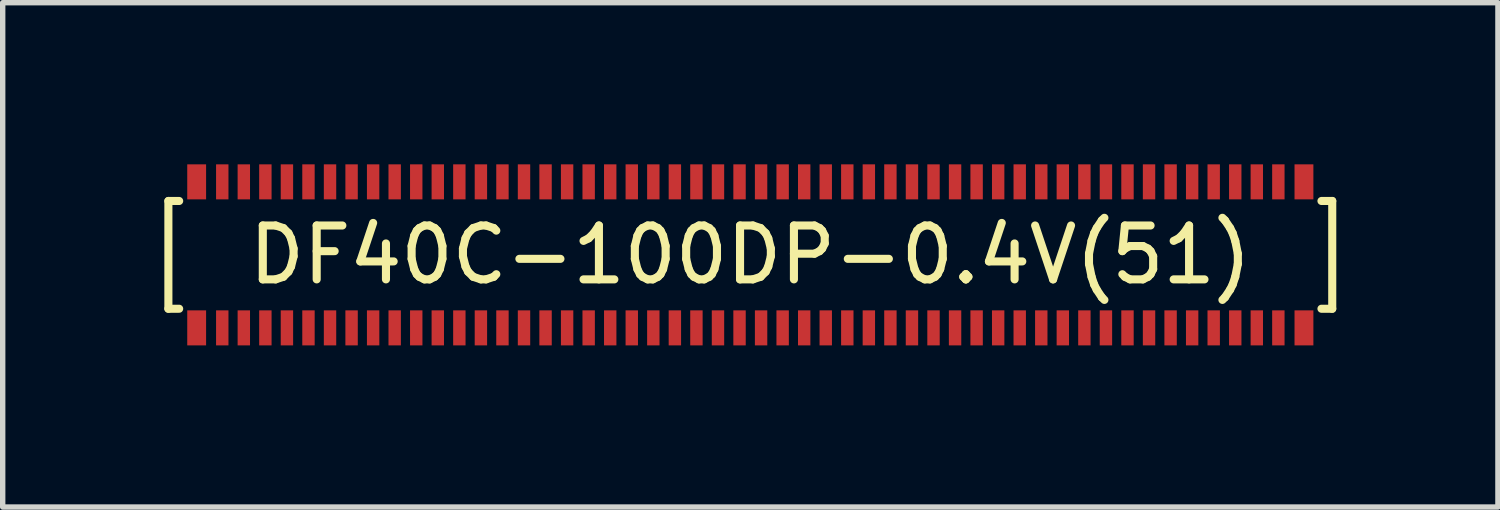
<source format=kicad_pcb>
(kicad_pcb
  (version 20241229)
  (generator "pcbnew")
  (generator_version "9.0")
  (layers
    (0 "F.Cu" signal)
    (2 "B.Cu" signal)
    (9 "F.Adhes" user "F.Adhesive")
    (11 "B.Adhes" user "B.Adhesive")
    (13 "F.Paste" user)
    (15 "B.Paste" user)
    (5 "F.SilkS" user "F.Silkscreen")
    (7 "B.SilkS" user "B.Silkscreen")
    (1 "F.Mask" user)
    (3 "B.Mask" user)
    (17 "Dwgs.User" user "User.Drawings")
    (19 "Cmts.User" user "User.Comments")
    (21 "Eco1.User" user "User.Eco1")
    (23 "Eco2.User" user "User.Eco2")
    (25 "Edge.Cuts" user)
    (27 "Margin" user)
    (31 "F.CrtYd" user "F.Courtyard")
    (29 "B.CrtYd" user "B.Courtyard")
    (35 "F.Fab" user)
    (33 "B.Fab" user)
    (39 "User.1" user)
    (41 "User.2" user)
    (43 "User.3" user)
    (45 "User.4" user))
  (footprint "DF40C-100DP-0.4V(51)"
    (layer "F.Cu")
    (at 10.875 1.68)
    (property "Reference" "DF40C-100DP-0.4V(51)" (at 0 0 0) (layer "F.SilkS") (effects (font (size 1 1) (thickness 0.15))))
    (attr through_hole)
    (fp_line (start -10.8 -1) (end -10.8 1) (stroke (width 0.15) (type solid)) (layer "F.SilkS"))
    (fp_line (start -10.8 1) (end -10.6 1) (stroke (width 0.15) (type solid)) (layer "F.SilkS"))
    (fp_line (start -10.6 -1) (end -10.8 -1) (stroke (width 0.15) (type solid)) (layer "F.SilkS"))
    (fp_line (start 10.6 -1) (end 10.8 -1) (stroke (width 0.15) (type solid)) (layer "F.SilkS"))
    (fp_line (start 10.8 -1) (end 10.8 1) (stroke (width 0.15) (type solid)) (layer "F.SilkS"))
    (fp_line (start 10.8 1) (end 10.6 1) (stroke (width 0.15) (type solid)) (layer "F.SilkS"))
    (pad "1" smd rect (at -9.8 -1.355) (size 0.23 0.65) (layers "F.Cu" "F.Mask" "F.Paste"))
    (pad "2" smd rect (at -9.8 1.355) (size 0.23 0.65) (layers "F.Cu" "F.Mask" "F.Paste"))
    (pad "3" smd rect (at -9.4 -1.355) (size 0.23 0.65) (layers "F.Cu" "F.Mask" "F.Paste"))
    (pad "4" smd rect (at -9.4 1.355) (size 0.23 0.65) (layers "F.Cu" "F.Mask" "F.Paste"))
    (pad "5" smd rect (at -9 -1.355) (size 0.23 0.65) (layers "F.Cu" "F.Mask" "F.Paste"))
    (pad "6" smd rect (at -9 1.355) (size 0.23 0.65) (layers "F.Cu" "F.Mask" "F.Paste"))
    (pad "7" smd rect (at -8.6 -1.355) (size 0.23 0.65) (layers "F.Cu" "F.Mask" "F.Paste"))
    (pad "8" smd rect (at -8.6 1.355) (size 0.23 0.65) (layers "F.Cu" "F.Mask" "F.Paste"))
    (pad "9" smd rect (at -8.2 -1.355) (size 0.23 0.65) (layers "F.Cu" "F.Mask" "F.Paste"))
    (pad "10" smd rect (at -8.2 1.355) (size 0.23 0.65) (layers "F.Cu" "F.Mask" "F.Paste"))
    (pad "11" smd rect (at -7.8 -1.355) (size 0.23 0.65) (layers "F.Cu" "F.Mask" "F.Paste"))
    (pad "12" smd rect (at -7.8 1.355) (size 0.23 0.65) (layers "F.Cu" "F.Mask" "F.Paste"))
    (pad "13" smd rect (at -7.4 -1.355) (size 0.23 0.65) (layers "F.Cu" "F.Mask" "F.Paste"))
    (pad "14" smd rect (at -7.4 1.355) (size 0.23 0.65) (layers "F.Cu" "F.Mask" "F.Paste"))
    (pad "15" smd rect (at -7 -1.355) (size 0.23 0.65) (layers "F.Cu" "F.Mask" "F.Paste"))
    (pad "16" smd rect (at -7 1.355) (size 0.23 0.65) (layers "F.Cu" "F.Mask" "F.Paste"))
    (pad "17" smd rect (at -6.6 -1.355) (size 0.23 0.65) (layers "F.Cu" "F.Mask" "F.Paste"))
    (pad "18" smd rect (at -6.6 1.355) (size 0.23 0.65) (layers "F.Cu" "F.Mask" "F.Paste"))
    (pad "19" smd rect (at -6.2 -1.355) (size 0.23 0.65) (layers "F.Cu" "F.Mask" "F.Paste"))
    (pad "20" smd rect (at -6.2 1.355) (size 0.23 0.65) (layers "F.Cu" "F.Mask" "F.Paste"))
    (pad "21" smd rect (at -5.8 -1.355) (size 0.23 0.65) (layers "F.Cu" "F.Mask" "F.Paste"))
    (pad "22" smd rect (at -5.8 1.355) (size 0.23 0.65) (layers "F.Cu" "F.Mask" "F.Paste"))
    (pad "23" smd rect (at -5.4 -1.355) (size 0.23 0.65) (layers "F.Cu" "F.Mask" "F.Paste"))
    (pad "24" smd rect (at -5.4 1.355) (size 0.23 0.65) (layers "F.Cu" "F.Mask" "F.Paste"))
    (pad "25" smd rect (at -5 -1.355) (size 0.23 0.65) (layers "F.Cu" "F.Mask" "F.Paste"))
    (pad "26" smd rect (at -5 1.355) (size 0.23 0.65) (layers "F.Cu" "F.Mask" "F.Paste"))
    (pad "27" smd rect (at -4.6 -1.355) (size 0.23 0.65) (layers "F.Cu" "F.Mask" "F.Paste"))
    (pad "28" smd rect (at -4.6 1.355) (size 0.23 0.65) (layers "F.Cu" "F.Mask" "F.Paste"))
    (pad "29" smd rect (at -4.2 -1.355) (size 0.23 0.65) (layers "F.Cu" "F.Mask" "F.Paste"))
    (pad "30" smd rect (at -4.2 1.355) (size 0.23 0.65) (layers "F.Cu" "F.Mask" "F.Paste"))
    (pad "31" smd rect (at -3.8 -1.355) (size 0.23 0.65) (layers "F.Cu" "F.Mask" "F.Paste"))
    (pad "32" smd rect (at -3.8 1.355) (size 0.23 0.65) (layers "F.Cu" "F.Mask" "F.Paste"))
    (pad "33" smd rect (at -3.4 -1.355) (size 0.23 0.65) (layers "F.Cu" "F.Mask" "F.Paste"))
    (pad "34" smd rect (at -3.4 1.355) (size 0.23 0.65) (layers "F.Cu" "F.Mask" "F.Paste"))
    (pad "35" smd rect (at -3 -1.355) (size 0.23 0.65) (layers "F.Cu" "F.Mask" "F.Paste"))
    (pad "36" smd rect (at -3 1.355) (size 0.23 0.65) (layers "F.Cu" "F.Mask" "F.Paste"))
    (pad "37" smd rect (at -2.6 -1.355) (size 0.23 0.65) (layers "F.Cu" "F.Mask" "F.Paste"))
    (pad "38" smd rect (at -2.6 1.355) (size 0.23 0.65) (layers "F.Cu" "F.Mask" "F.Paste"))
    (pad "39" smd rect (at -2.2 -1.355) (size 0.23 0.65) (layers "F.Cu" "F.Mask" "F.Paste"))
    (pad "40" smd rect (at -2.2 1.355) (size 0.23 0.65) (layers "F.Cu" "F.Mask" "F.Paste"))
    (pad "41" smd rect (at -1.8 -1.355) (size 0.23 0.65) (layers "F.Cu" "F.Mask" "F.Paste"))
    (pad "42" smd rect (at -1.8 1.355) (size 0.23 0.65) (layers "F.Cu" "F.Mask" "F.Paste"))
    (pad "43" smd rect (at -1.4 -1.355) (size 0.23 0.65) (layers "F.Cu" "F.Mask" "F.Paste"))
    (pad "44" smd rect (at -1.4 1.355) (size 0.23 0.65) (layers "F.Cu" "F.Mask" "F.Paste"))
    (pad "45" smd rect (at -1 -1.355) (size 0.23 0.65) (layers "F.Cu" "F.Mask" "F.Paste"))
    (pad "46" smd rect (at -1 1.355) (size 0.23 0.65) (layers "F.Cu" "F.Mask" "F.Paste"))
    (pad "47" smd rect (at -0.6 -1.355) (size 0.23 0.65) (layers "F.Cu" "F.Mask" "F.Paste"))
    (pad "48" smd rect (at -0.6 1.355) (size 0.23 0.65) (layers "F.Cu" "F.Mask" "F.Paste"))
    (pad "49" smd rect (at -0.2 -1.355) (size 0.23 0.65) (layers "F.Cu" "F.Mask" "F.Paste"))
    (pad "50" smd rect (at -0.2 1.355) (size 0.23 0.65) (layers "F.Cu" "F.Mask" "F.Paste"))
    (pad "51" smd rect (at 0.2 -1.355) (size 0.23 0.65) (layers "F.Cu" "F.Mask" "F.Paste"))
    (pad "52" smd rect (at 0.2 1.355) (size 0.23 0.65) (layers "F.Cu" "F.Mask" "F.Paste"))
    (pad "53" smd rect (at 0.6 -1.355) (size 0.23 0.65) (layers "F.Cu" "F.Mask" "F.Paste"))
    (pad "54" smd rect (at 0.6 1.355) (size 0.23 0.65) (layers "F.Cu" "F.Mask" "F.Paste"))
    (pad "55" smd rect (at 1 -1.355) (size 0.23 0.65) (layers "F.Cu" "F.Mask" "F.Paste"))
    (pad "56" smd rect (at 1 1.355) (size 0.23 0.65) (layers "F.Cu" "F.Mask" "F.Paste"))
    (pad "57" smd rect (at 1.4 -1.355) (size 0.23 0.65) (layers "F.Cu" "F.Mask" "F.Paste"))
    (pad "58" smd rect (at 1.4 1.355) (size 0.23 0.65) (layers "F.Cu" "F.Mask" "F.Paste"))
    (pad "59" smd rect (at 1.8 -1.355) (size 0.23 0.65) (layers "F.Cu" "F.Mask" "F.Paste"))
    (pad "60" smd rect (at 1.8 1.355) (size 0.23 0.65) (layers "F.Cu" "F.Mask" "F.Paste"))
    (pad "61" smd rect (at 2.2 -1.355) (size 0.23 0.65) (layers "F.Cu" "F.Mask" "F.Paste"))
    (pad "62" smd rect (at 2.2 1.355) (size 0.23 0.65) (layers "F.Cu" "F.Mask" "F.Paste"))
    (pad "63" smd rect (at 2.6 -1.355) (size 0.23 0.65) (layers "F.Cu" "F.Mask" "F.Paste"))
    (pad "64" smd rect (at 2.6 1.355) (size 0.23 0.65) (layers "F.Cu" "F.Mask" "F.Paste"))
    (pad "65" smd rect (at 3 -1.355) (size 0.23 0.65) (layers "F.Cu" "F.Mask" "F.Paste"))
    (pad "66" smd rect (at 3 1.355) (size 0.23 0.65) (layers "F.Cu" "F.Mask" "F.Paste"))
    (pad "67" smd rect (at 3.4 -1.355) (size 0.23 0.65) (layers "F.Cu" "F.Mask" "F.Paste"))
    (pad "68" smd rect (at 3.4 1.355) (size 0.23 0.65) (layers "F.Cu" "F.Mask" "F.Paste"))
    (pad "69" smd rect (at 3.8 -1.355) (size 0.23 0.65) (layers "F.Cu" "F.Mask" "F.Paste"))
    (pad "70" smd rect (at 3.8 1.355) (size 0.23 0.65) (layers "F.Cu" "F.Mask" "F.Paste"))
    (pad "71" smd rect (at 4.2 -1.355) (size 0.23 0.65) (layers "F.Cu" "F.Mask" "F.Paste"))
    (pad "72" smd rect (at 4.2 1.355) (size 0.23 0.65) (layers "F.Cu" "F.Mask" "F.Paste"))
    (pad "73" smd rect (at 4.6 -1.355) (size 0.23 0.65) (layers "F.Cu" "F.Mask" "F.Paste"))
    (pad "74" smd rect (at 4.6 1.355) (size 0.23 0.65) (layers "F.Cu" "F.Mask" "F.Paste"))
    (pad "75" smd rect (at 5 -1.355) (size 0.23 0.65) (layers "F.Cu" "F.Mask" "F.Paste"))
    (pad "76" smd rect (at 5 1.355) (size 0.23 0.65) (layers "F.Cu" "F.Mask" "F.Paste"))
    (pad "77" smd rect (at 5.4 -1.355) (size 0.23 0.65) (layers "F.Cu" "F.Mask" "F.Paste"))
    (pad "78" smd rect (at 5.4 1.355) (size 0.23 0.65) (layers "F.Cu" "F.Mask" "F.Paste"))
    (pad "79" smd rect (at 5.8 -1.355) (size 0.23 0.65) (layers "F.Cu" "F.Mask" "F.Paste"))
    (pad "80" smd rect (at 5.8 1.355) (size 0.23 0.65) (layers "F.Cu" "F.Mask" "F.Paste"))
    (pad "81" smd rect (at 6.2 -1.355) (size 0.23 0.65) (layers "F.Cu" "F.Mask" "F.Paste"))
    (pad "82" smd rect (at 6.2 1.355) (size 0.23 0.65) (layers "F.Cu" "F.Mask" "F.Paste"))
    (pad "83" smd rect (at 6.6 -1.355) (size 0.23 0.65) (layers "F.Cu" "F.Mask" "F.Paste"))
    (pad "84" smd rect (at 6.6 1.355) (size 0.23 0.65) (layers "F.Cu" "F.Mask" "F.Paste"))
    (pad "85" smd rect (at 7 -1.355) (size 0.23 0.65) (layers "F.Cu" "F.Mask" "F.Paste"))
    (pad "86" smd rect (at 7 1.355) (size 0.23 0.65) (layers "F.Cu" "F.Mask" "F.Paste"))
    (pad "87" smd rect (at 7.4 -1.355) (size 0.23 0.65) (layers "F.Cu" "F.Mask" "F.Paste"))
    (pad "88" smd rect (at 7.4 1.355) (size 0.23 0.65) (layers "F.Cu" "F.Mask" "F.Paste"))
    (pad "89" smd rect (at 7.8 -1.355) (size 0.23 0.65) (layers "F.Cu" "F.Mask" "F.Paste"))
    (pad "90" smd rect (at 7.8 1.355) (size 0.23 0.65) (layers "F.Cu" "F.Mask" "F.Paste"))
    (pad "91" smd rect (at 8.2 -1.355) (size 0.23 0.65) (layers "F.Cu" "F.Mask" "F.Paste"))
    (pad "92" smd rect (at 8.2 1.355) (size 0.23 0.65) (layers "F.Cu" "F.Mask" "F.Paste"))
    (pad "93" smd rect (at 8.6 -1.355) (size 0.23 0.65) (layers "F.Cu" "F.Mask" "F.Paste"))
    (pad "94" smd rect (at 8.6 1.355) (size 0.23 0.65) (layers "F.Cu" "F.Mask" "F.Paste"))
    (pad "95" smd rect (at 9 -1.355) (size 0.23 0.65) (layers "F.Cu" "F.Mask" "F.Paste"))
    (pad "96" smd rect (at 9 1.355) (size 0.23 0.65) (layers "F.Cu" "F.Mask" "F.Paste"))
    (pad "97" smd rect (at 9.4 -1.355) (size 0.23 0.65) (layers "F.Cu" "F.Mask" "F.Paste"))
    (pad "98" smd rect (at 9.4 1.355) (size 0.23 0.65) (layers "F.Cu" "F.Mask" "F.Paste"))
    (pad "99" smd rect (at 9.8 -1.355) (size 0.23 0.65) (layers "F.Cu" "F.Mask" "F.Paste"))
    (pad "100" smd rect (at 9.8 1.355) (size 0.23 0.65) (layers "F.Cu" "F.Mask" "F.Paste"))
    (pad "fix" smd rect (at -10.275 -1.355) (size 0.35 0.65) (layers "F.Cu" "F.Mask" "F.Paste"))
    (pad "fix" smd rect (at -10.275 1.355) (size 0.35 0.65) (layers "F.Cu" "F.Mask" "F.Paste"))
    (pad "fix" smd rect (at 10.275 -1.355) (size 0.35 0.65) (layers "F.Cu" "F.Mask" "F.Paste"))
    (pad "fix" smd rect (at 10.275 1.355) (size 0.35 0.65) (layers "F.Cu" "F.Mask" "F.Paste")))
  (gr_rect
    (start -3 -3)
    (end 24.75 6.36)
    (stroke (width 0.1) (type default))
    (fill no)
    (layer "Edge.Cuts")))
</source>
